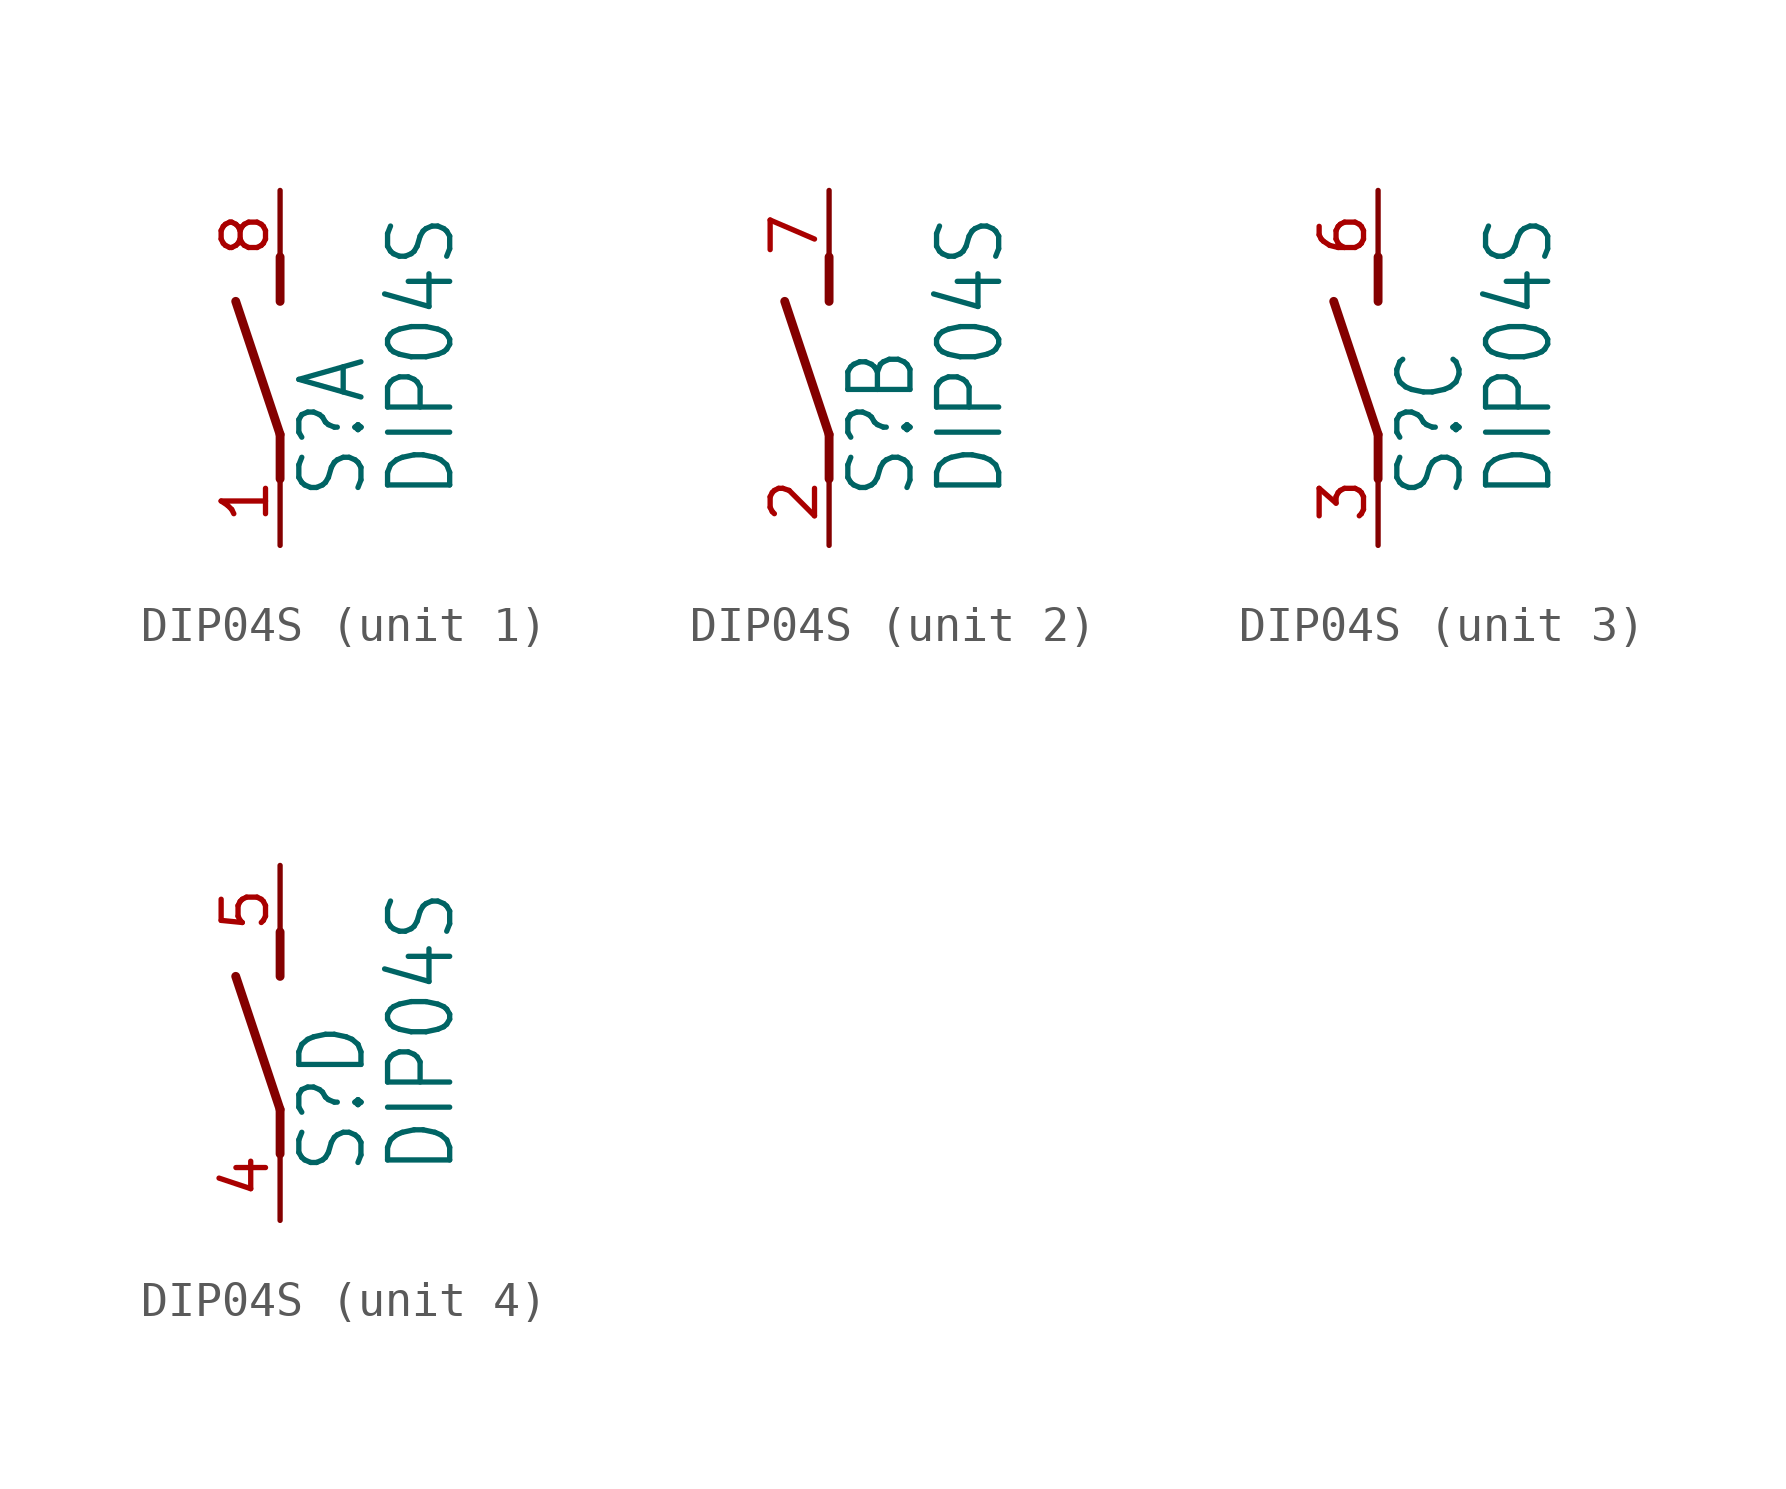
<source format=kicad_sym>
(kicad_symbol_lib
  (version 20211014)
  (generator kicad_symbol_editor)
  (symbol "DIP04S"
    (property "Reference" "S"
      (at 2.54 -3.81 90)
      (effects (font (size 1.778 1.511)) (justify left bottom)))
    (property "Value" "DIP04S"
      (at 5.08 -3.81 90)
      (effects (font (size 1.778 1.511)) (justify left bottom)))
    (property "ki_locked" ""
      (at 0 0 0)
      (effects (font (size 1.27 1.27))))
    (symbol "DIP04S_1_0"
      (polyline (pts (xy 0 -3.175) (xy 0 -1.905)) (stroke (width 0.254) (type default) (color 0 0 0 0)) (fill (type none)))
      (polyline (pts (xy 0 -1.905) (xy -1.27 1.905)) (stroke (width 0.254) (type default) (color 0 0 0 0)) (fill (type none)))
      (polyline (pts (xy 0 1.905) (xy 0 3.175)) (stroke (width 0.254) (type default) (color 0 0 0 0)) (fill (type none)))
      (pin passive line (at 0 -5.08 90) (length 2.54) (name "1" (effects (font (size 0 0)))) (number "1" (effects (font (size 1.27 1.27)))))
      (pin passive line (at 0 5.08 270) (length 2.54) (name "2" (effects (font (size 0 0)))) (number "8" (effects (font (size 1.27 1.27))))))
    (symbol "DIP04S_2_0"
      (polyline (pts (xy 0 -3.175) (xy 0 -1.905)) (stroke (width 0.254) (type default) (color 0 0 0 0)) (fill (type none)))
      (polyline (pts (xy 0 -1.905) (xy -1.27 1.905)) (stroke (width 0.254) (type default) (color 0 0 0 0)) (fill (type none)))
      (polyline (pts (xy 0 1.905) (xy 0 3.175)) (stroke (width 0.254) (type default) (color 0 0 0 0)) (fill (type none)))
      (pin passive line (at 0 -5.08 90) (length 2.54) (name "1" (effects (font (size 0 0)))) (number "2" (effects (font (size 1.27 1.27)))))
      (pin passive line (at 0 5.08 270) (length 2.54) (name "2" (effects (font (size 0 0)))) (number "7" (effects (font (size 1.27 1.27))))))
    (symbol "DIP04S_3_0"
      (polyline (pts (xy 0 -3.175) (xy 0 -1.905)) (stroke (width 0.254) (type default) (color 0 0 0 0)) (fill (type none)))
      (polyline (pts (xy 0 -1.905) (xy -1.27 1.905)) (stroke (width 0.254) (type default) (color 0 0 0 0)) (fill (type none)))
      (polyline (pts (xy 0 1.905) (xy 0 3.175)) (stroke (width 0.254) (type default) (color 0 0 0 0)) (fill (type none)))
      (pin passive line (at 0 -5.08 90) (length 2.54) (name "1" (effects (font (size 0 0)))) (number "3" (effects (font (size 1.27 1.27)))))
      (pin passive line (at 0 5.08 270) (length 2.54) (name "2" (effects (font (size 0 0)))) (number "6" (effects (font (size 1.27 1.27))))))
    (symbol "DIP04S_4_0"
      (polyline (pts (xy 0 -3.175) (xy 0 -1.905)) (stroke (width 0.254) (type default) (color 0 0 0 0)) (fill (type none)))
      (polyline (pts (xy 0 -1.905) (xy -1.27 1.905)) (stroke (width 0.254) (type default) (color 0 0 0 0)) (fill (type none)))
      (polyline (pts (xy 0 1.905) (xy 0 3.175)) (stroke (width 0.254) (type default) (color 0 0 0 0)) (fill (type none)))
      (pin passive line (at 0 -5.08 90) (length 2.54) (name "1" (effects (font (size 0 0)))) (number "4" (effects (font (size 1.27 1.27)))))
      (pin passive line (at 0 5.08 270) (length 2.54) (name "2" (effects (font (size 0 0)))) (number "5" (effects (font (size 1.27 1.27))))))))
</source>
